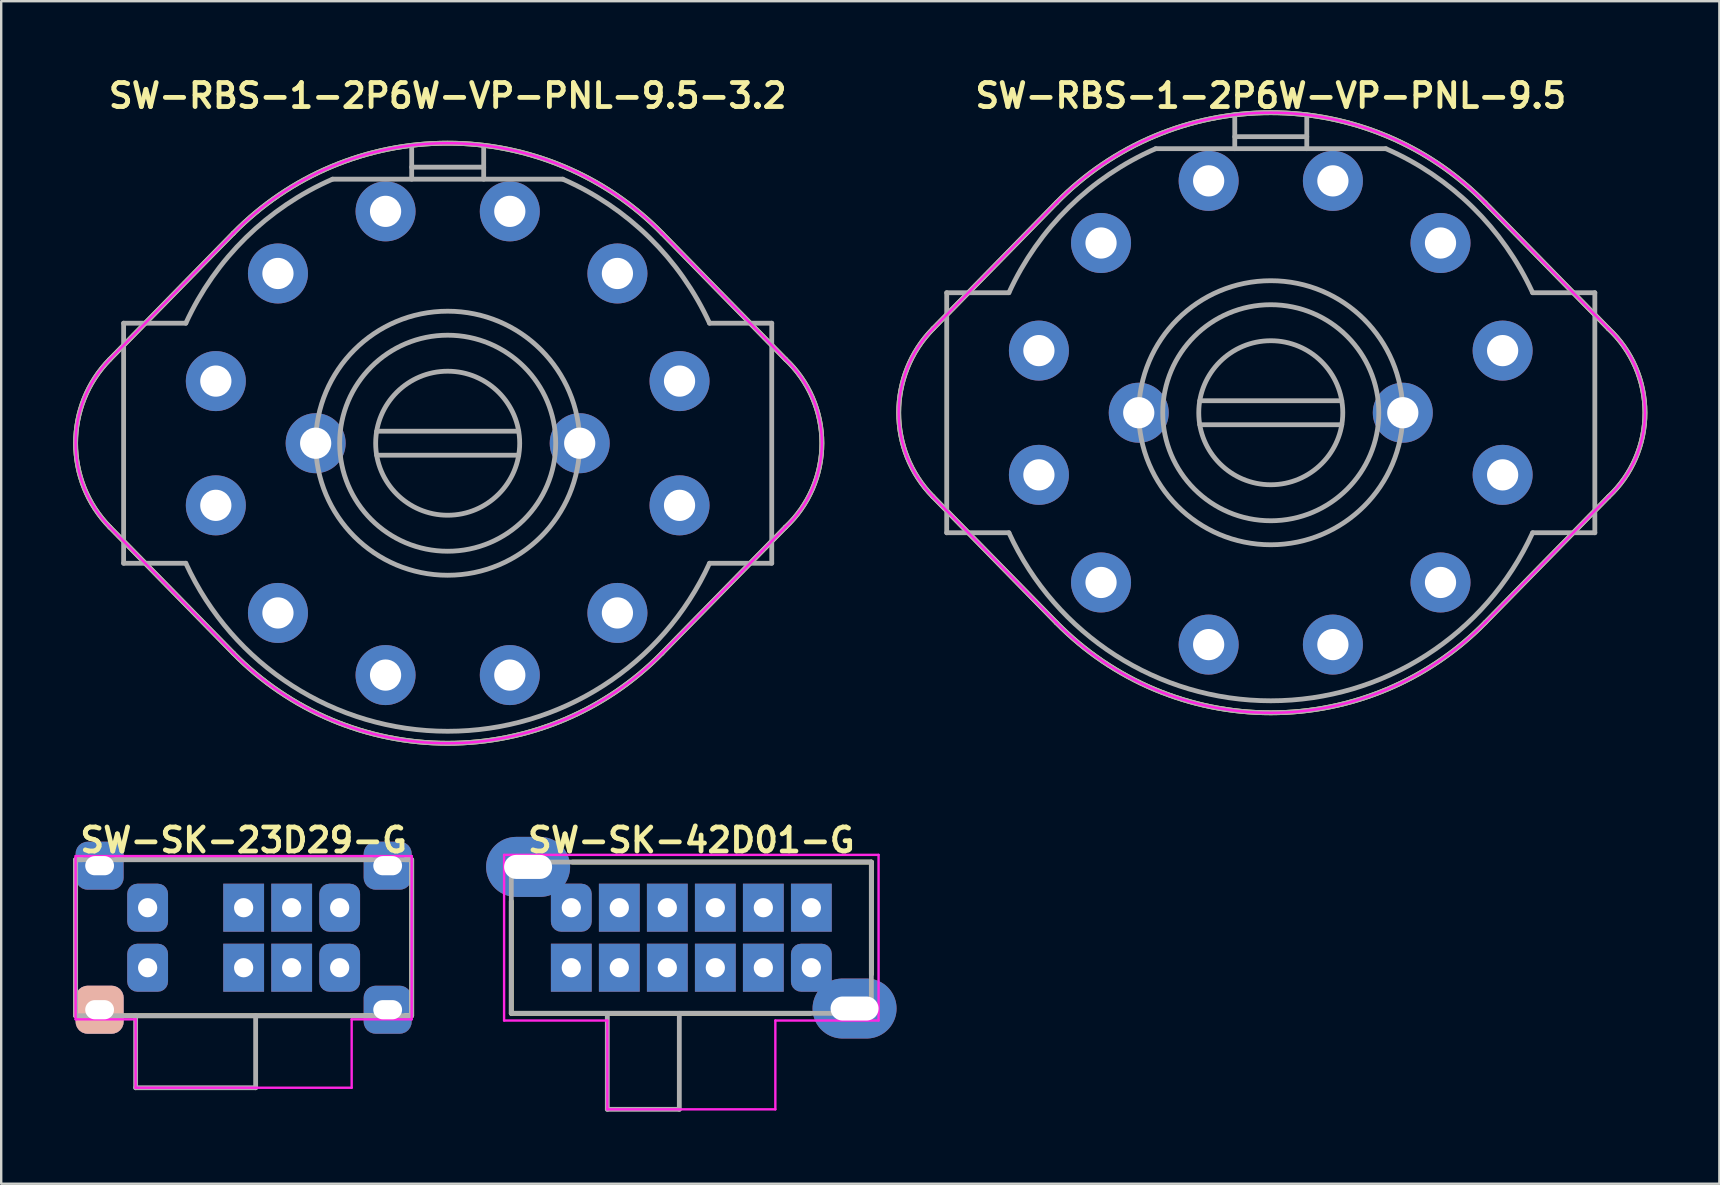
<source format=kicad_pcb>
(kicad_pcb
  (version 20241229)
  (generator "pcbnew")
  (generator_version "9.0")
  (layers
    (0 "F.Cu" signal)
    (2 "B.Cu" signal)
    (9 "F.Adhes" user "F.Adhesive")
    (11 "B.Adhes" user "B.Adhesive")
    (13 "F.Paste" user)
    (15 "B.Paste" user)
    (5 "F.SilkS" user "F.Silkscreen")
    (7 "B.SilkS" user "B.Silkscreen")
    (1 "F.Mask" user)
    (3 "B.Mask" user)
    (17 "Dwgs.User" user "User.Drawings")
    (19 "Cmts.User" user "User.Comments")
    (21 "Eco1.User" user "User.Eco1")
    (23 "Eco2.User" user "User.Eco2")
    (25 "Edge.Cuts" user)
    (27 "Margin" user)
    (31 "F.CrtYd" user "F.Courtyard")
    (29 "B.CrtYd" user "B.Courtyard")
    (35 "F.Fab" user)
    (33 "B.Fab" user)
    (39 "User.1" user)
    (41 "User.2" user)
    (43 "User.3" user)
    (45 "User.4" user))
  (footprint "SW-RBS-1-2P6W-VP-PNL-9.5"
    (layer "F.Cu")
    (at 49.889 14.144)
    (property "Reference" "SW-RBS-1-2P6W-VP-PNL-9.5" (at 0 -13.208 0) (layer "F.SilkS") (effects (font (size 1 1) (thickness 0.2))))
    (attr through_hole)
    (fp_line (start -14.071 -3.499) (end -8.929 -8.748) (stroke (width 0.2) (type solid)) (layer "F.SilkS"))
    (fp_line (start -14.071 3.499) (end -8.929 8.748) (stroke (width 0.2) (type solid)) (layer "F.SilkS"))
    (fp_line (start 8.929 -8.748) (end 14.071 -3.499) (stroke (width 0.2) (type solid)) (layer "F.SilkS"))
    (fp_line (start 8.929 8.748) (end 14.071 3.499) (stroke (width 0.2) (type solid)) (layer "F.SilkS"))
    (fp_arc (start -14.073297 3.497362) (mid -15.499999 -0.001335) (end -14.071428 -3.49927) (stroke (width 0.2) (type solid)) (layer "F.SilkS"))
    (fp_arc (start -8.933244 -8.743404) (mid -0.00334 -12.499998) (end 8.92857 -8.748177) (stroke (width 0.2) (type solid)) (layer "F.SilkS"))
    (fp_arc (start 8.933244 8.743404) (mid 0.00334 12.499998) (end -8.92857 8.748177) (stroke (width 0.2) (type solid)) (layer "F.SilkS"))
    (fp_arc (start 14.069435 -3.501135) (mid 15.588732 -0.001365) (end 14.071428 3.49927) (stroke (width 0.2) (type solid)) (layer "F.SilkS"))
    (fp_circle (center 0 0) (end 4.75 0) (stroke (width 0.4) (type solid)) (fill no) (layer "Eco1.User"))
    (fp_line (start -14.071 -3.499) (end -8.929 -8.748) (stroke (width 0.1) (type solid)) (layer "F.CrtYd"))
    (fp_line (start -14.071 3.499) (end -8.929 8.748) (stroke (width 0.1) (type solid)) (layer "F.CrtYd"))
    (fp_line (start 8.929 -8.748) (end 14.071 -3.499) (stroke (width 0.1) (type solid)) (layer "F.CrtYd"))
    (fp_line (start 8.929 8.748) (end 14.071 3.499) (stroke (width 0.1) (type solid)) (layer "F.CrtYd"))
    (fp_arc (start -14.073297 3.497362) (mid -15.499999 -0.001335) (end -14.071428 -3.49927) (stroke (width 0.1) (type solid)) (layer "F.CrtYd"))
    (fp_arc (start -8.933244 -8.743404) (mid -0.00334 -12.499998) (end 8.92857 -8.748177) (stroke (width 0.1) (type solid)) (layer "F.CrtYd"))
    (fp_arc (start 8.933244 8.743404) (mid 0.00334 12.499998) (end -8.92857 8.748177) (stroke (width 0.1) (type solid)) (layer "F.CrtYd"))
    (fp_arc (start 14.069435 -3.501135) (mid 15.588732 -0.001365) (end 14.071428 3.49927) (stroke (width 0.1) (type solid)) (layer "F.CrtYd"))
    (fp_line (start -14.071 -3.499) (end -8.929 -8.748) (stroke (width 0.2) (type solid)) (layer "F.Fab"))
    (fp_line (start -14.071 3.499) (end -8.929 8.748) (stroke (width 0.2) (type solid)) (layer "F.Fab"))
    (fp_line (start -13.5 -5) (end -13.5 5) (stroke (width 0.2) (type solid)) (layer "F.Fab"))
    (fp_line (start -13.5 -5) (end -10.909 -5) (stroke (width 0.2) (type solid)) (layer "F.Fab"))
    (fp_line (start -13.5 5) (end -10.909 5) (stroke (width 0.2) (type solid)) (layer "F.Fab"))
    (fp_line (start -4.796 -11) (end 4.796 -11) (stroke (width 0.2) (type solid)) (layer "F.Fab"))
    (fp_line (start -2.958 -0.5) (end 2.958 -0.5) (stroke (width 0.2) (type solid)) (layer "F.Fab"))
    (fp_line (start -2.958 0.5) (end 2.958 0.5) (stroke (width 0.2) (type solid)) (layer "F.Fab"))
    (fp_line (start -1.5 -12.41) (end -1.5 -11) (stroke (width 0.2) (type solid)) (layer "F.Fab"))
    (fp_line (start -1.5 -11.5) (end 1.5 -11.5) (stroke (width 0.2) (type solid)) (layer "F.Fab"))
    (fp_line (start 1.5 -12.41) (end 1.5 -11) (stroke (width 0.2) (type solid)) (layer "F.Fab"))
    (fp_line (start 8.929 -8.748) (end 14.071 -3.499) (stroke (width 0.2) (type solid)) (layer "F.Fab"))
    (fp_line (start 8.929 8.748) (end 14.071 3.499) (stroke (width 0.2) (type solid)) (layer "F.Fab"))
    (fp_line (start 10.909 -5) (end 13.5 -5) (stroke (width 0.2) (type solid)) (layer "F.Fab"))
    (fp_line (start 10.909 5) (end 13.5 5) (stroke (width 0.2) (type solid)) (layer "F.Fab"))
    (fp_line (start 13.5 -5) (end 13.5 5) (stroke (width 0.2) (type solid)) (layer "F.Fab"))
    (fp_arc (start -14.073297 3.497362) (mid -15.499999 -0.001335) (end -14.071428 -3.49927) (stroke (width 0.2) (type solid)) (layer "F.Fab"))
    (fp_arc (start -10.908711 -5) (mid -8.405841 -8.563984) (end -4.795831 -10.999999) (stroke (width 0.2) (type solid)) (layer "F.Fab"))
    (fp_arc (start -8.933244 -8.743404) (mid -0.00334 -12.499998) (end 8.92857 -8.748177) (stroke (width 0.2) (type solid)) (layer "F.Fab"))
    (fp_arc (start 4.795832 -10.999998) (mid 8.405841 -8.563983) (end 10.908711 -4.999999) (stroke (width 0.2) (type solid)) (layer "F.Fab"))
    (fp_arc (start 8.933244 8.743404) (mid 0.00334 12.499998) (end -8.92857 8.748177) (stroke (width 0.2) (type solid)) (layer "F.Fab"))
    (fp_arc (start 10.908711 5) (mid 0 11.999999) (end -10.908711 4.999999) (stroke (width 0.2) (type solid)) (layer "F.Fab"))
    (fp_arc (start 14.069435 -3.501135) (mid 15.588732 -0.001365) (end 14.071428 3.49927) (stroke (width 0.2) (type solid)) (layer "F.Fab"))
    (fp_circle (center 0 0) (end 3 0) (stroke (width 0.2) (type solid)) (fill no) (layer "F.Fab"))
    (fp_circle (center 0 0) (end 4.5 0) (stroke (width 0.2) (type solid)) (fill no) (layer "F.Fab"))
    (fp_circle (center 0 0) (end 5.5 0) (stroke (width 0.2) (type solid)) (fill no) (layer "F.Fab"))
    (pad "1-1" thru_hole circle (at -2.588 9.659) (size 2.5 2.5) (drill 1.3) (layers "B.Cu" "B.Mask"))
    (pad "1-2" thru_hole circle (at -7.071 7.071) (size 2.5 2.5) (drill 1.3) (layers "B.Cu" "B.Mask"))
    (pad "1-3" thru_hole circle (at -9.659 2.588) (size 2.5 2.5) (drill 1.3) (layers "B.Cu" "B.Mask"))
    (pad "1-4" thru_hole circle (at -9.659 -2.588) (size 2.5 2.5) (drill 1.3) (layers "B.Cu" "B.Mask"))
    (pad "1-5" thru_hole circle (at -7.071 -7.071) (size 2.5 2.5) (drill 1.3) (layers "B.Cu" "B.Mask"))
    (pad "1-6" thru_hole circle (at -2.588 -9.659) (size 2.5 2.5) (drill 1.3) (layers "B.Cu" "B.Mask"))
    (pad "2-1" thru_hole circle (at 2.588 -9.659) (size 2.5 2.5) (drill 1.3) (layers "B.Cu" "B.Mask"))
    (pad "2-2" thru_hole circle (at 7.071 -7.071) (size 2.5 2.5) (drill 1.3) (layers "B.Cu" "B.Mask"))
    (pad "2-3" thru_hole circle (at 9.659 -2.588) (size 2.5 2.5) (drill 1.3) (layers "B.Cu" "B.Mask"))
    (pad "2-4" thru_hole circle (at 9.659 2.588) (size 2.5 2.5) (drill 1.3) (layers "B.Cu" "B.Mask"))
    (pad "2-5" thru_hole circle (at 7.071 7.071) (size 2.5 2.5) (drill 1.3) (layers "B.Cu" "B.Mask"))
    (pad "2-6" thru_hole circle (at 2.588 9.659) (size 2.5 2.5) (drill 1.3) (layers "B.Cu" "B.Mask"))
    (pad "COM1" thru_hole circle (at -5.5 0) (size 2.5 2.5) (drill 1.3) (layers "B.Cu" "B.Mask"))
    (pad "COM2" thru_hole circle (at 5.5 0) (size 2.5 2.5) (drill 1.3) (layers "B.Cu" "B.Mask")))
  (footprint "SW-RBS-1-2P6W-VP-PNL-9.5-3.2"
    (layer "F.Cu")
    (at 15.6 15.414)
    (property "Reference" "SW-RBS-1-2P6W-VP-PNL-9.5-3.2" (at 0 -14.478 0) (layer "F.SilkS") (effects (font (size 1 1) (thickness 0.2))))
    (attr through_hole)
    (fp_line (start -14.071 -3.499) (end -8.929 -8.748) (stroke (width 0.2) (type solid)) (layer "F.SilkS"))
    (fp_line (start -14.071 3.499) (end -8.929 8.748) (stroke (width 0.2) (type solid)) (layer "F.SilkS"))
    (fp_line (start 8.929 -8.748) (end 14.071 -3.499) (stroke (width 0.2) (type solid)) (layer "F.SilkS"))
    (fp_line (start 8.929 8.748) (end 14.071 3.499) (stroke (width 0.2) (type solid)) (layer "F.SilkS"))
    (fp_arc (start -14.073297 3.497362) (mid -15.499999 -0.001335) (end -14.071428 -3.49927) (stroke (width 0.2) (type solid)) (layer "F.SilkS"))
    (fp_arc (start -8.933244 -8.743404) (mid -0.00334 -12.499998) (end 8.92857 -8.748177) (stroke (width 0.2) (type solid)) (layer "F.SilkS"))
    (fp_arc (start 8.933244 8.743404) (mid 0.00334 12.499998) (end -8.92857 8.748177) (stroke (width 0.2) (type solid)) (layer "F.SilkS"))
    (fp_arc (start 14.069435 -3.501135) (mid 15.588732 -0.001365) (end 14.071428 3.49927) (stroke (width 0.2) (type solid)) (layer "F.SilkS"))
    (fp_circle (center 0 -12) (end 1.6 -12) (stroke (width 0.4) (type solid)) (fill no) (layer "Eco1.User"))
    (fp_circle (center 0 0) (end 4.75 0) (stroke (width 0.4) (type solid)) (fill no) (layer "Eco1.User"))
    (fp_line (start -14.071 -3.499) (end -8.929 -8.748) (stroke (width 0.1) (type solid)) (layer "F.CrtYd"))
    (fp_line (start -14.071 3.499) (end -8.929 8.748) (stroke (width 0.1) (type solid)) (layer "F.CrtYd"))
    (fp_line (start 8.929 -8.748) (end 14.071 -3.499) (stroke (width 0.1) (type solid)) (layer "F.CrtYd"))
    (fp_line (start 8.929 8.748) (end 14.071 3.499) (stroke (width 0.1) (type solid)) (layer "F.CrtYd"))
    (fp_arc (start -14.073297 3.497362) (mid -15.499999 -0.001335) (end -14.071428 -3.49927) (stroke (width 0.1) (type solid)) (layer "F.CrtYd"))
    (fp_arc (start -8.933244 -8.743404) (mid -0.00334 -12.499998) (end 8.92857 -8.748177) (stroke (width 0.1) (type solid)) (layer "F.CrtYd"))
    (fp_arc (start 8.933244 8.743404) (mid 0.00334 12.499998) (end -8.92857 8.748177) (stroke (width 0.1) (type solid)) (layer "F.CrtYd"))
    (fp_arc (start 14.069435 -3.501135) (mid 15.588732 -0.001365) (end 14.071428 3.49927) (stroke (width 0.1) (type solid)) (layer "F.CrtYd"))
    (fp_line (start -14.071 -3.499) (end -8.929 -8.748) (stroke (width 0.2) (type solid)) (layer "F.Fab"))
    (fp_line (start -14.071 3.499) (end -8.929 8.748) (stroke (width 0.2) (type solid)) (layer "F.Fab"))
    (fp_line (start -13.5 -5) (end -13.5 5) (stroke (width 0.2) (type solid)) (layer "F.Fab"))
    (fp_line (start -13.5 -5) (end -10.909 -5) (stroke (width 0.2) (type solid)) (layer "F.Fab"))
    (fp_line (start -13.5 5) (end -10.909 5) (stroke (width 0.2) (type solid)) (layer "F.Fab"))
    (fp_line (start -4.796 -11) (end 4.796 -11) (stroke (width 0.2) (type solid)) (layer "F.Fab"))
    (fp_line (start -2.958 -0.5) (end 2.958 -0.5) (stroke (width 0.2) (type solid)) (layer "F.Fab"))
    (fp_line (start -2.958 0.5) (end 2.958 0.5) (stroke (width 0.2) (type solid)) (layer "F.Fab"))
    (fp_line (start -1.5 -12.41) (end -1.5 -11) (stroke (width 0.2) (type solid)) (layer "F.Fab"))
    (fp_line (start -1.5 -11.5) (end 1.5 -11.5) (stroke (width 0.2) (type solid)) (layer "F.Fab"))
    (fp_line (start 1.5 -12.41) (end 1.5 -11) (stroke (width 0.2) (type solid)) (layer "F.Fab"))
    (fp_line (start 8.929 -8.748) (end 14.071 -3.499) (stroke (width 0.2) (type solid)) (layer "F.Fab"))
    (fp_line (start 8.929 8.748) (end 14.071 3.499) (stroke (width 0.2) (type solid)) (layer "F.Fab"))
    (fp_line (start 10.909 -5) (end 13.5 -5) (stroke (width 0.2) (type solid)) (layer "F.Fab"))
    (fp_line (start 10.909 5) (end 13.5 5) (stroke (width 0.2) (type solid)) (layer "F.Fab"))
    (fp_line (start 13.5 -5) (end 13.5 5) (stroke (width 0.2) (type solid)) (layer "F.Fab"))
    (fp_arc (start -14.073297 3.497362) (mid -15.499999 -0.001335) (end -14.071428 -3.49927) (stroke (width 0.2) (type solid)) (layer "F.Fab"))
    (fp_arc (start -10.908711 -5) (mid -8.405841 -8.563984) (end -4.795831 -10.999999) (stroke (width 0.2) (type solid)) (layer "F.Fab"))
    (fp_arc (start -8.933244 -8.743404) (mid -0.00334 -12.499998) (end 8.92857 -8.748177) (stroke (width 0.2) (type solid)) (layer "F.Fab"))
    (fp_arc (start 4.795832 -10.999998) (mid 8.405841 -8.563983) (end 10.908711 -4.999999) (stroke (width 0.2) (type solid)) (layer "F.Fab"))
    (fp_arc (start 8.933244 8.743404) (mid 0.00334 12.499998) (end -8.92857 8.748177) (stroke (width 0.2) (type solid)) (layer "F.Fab"))
    (fp_arc (start 10.908711 5) (mid 0 11.999999) (end -10.908711 4.999999) (stroke (width 0.2) (type solid)) (layer "F.Fab"))
    (fp_arc (start 14.069435 -3.501135) (mid 15.588732 -0.001365) (end 14.071428 3.49927) (stroke (width 0.2) (type solid)) (layer "F.Fab"))
    (fp_circle (center 0 0) (end 3 0) (stroke (width 0.2) (type solid)) (fill no) (layer "F.Fab"))
    (fp_circle (center 0 0) (end 4.5 0) (stroke (width 0.2) (type solid)) (fill no) (layer "F.Fab"))
    (fp_circle (center 0 0) (end 5.5 0) (stroke (width 0.2) (type solid)) (fill no) (layer "F.Fab"))
    (pad "1-1" thru_hole circle (at -2.588 9.659) (size 2.5 2.5) (drill 1.3) (layers "B.Cu" "B.Mask"))
    (pad "1-2" thru_hole circle (at -7.071 7.071) (size 2.5 2.5) (drill 1.3) (layers "B.Cu" "B.Mask"))
    (pad "1-3" thru_hole circle (at -9.659 2.588) (size 2.5 2.5) (drill 1.3) (layers "B.Cu" "B.Mask"))
    (pad "1-4" thru_hole circle (at -9.659 -2.588) (size 2.5 2.5) (drill 1.3) (layers "B.Cu" "B.Mask"))
    (pad "1-5" thru_hole circle (at -7.071 -7.071) (size 2.5 2.5) (drill 1.3) (layers "B.Cu" "B.Mask"))
    (pad "1-6" thru_hole circle (at -2.588 -9.659) (size 2.5 2.5) (drill 1.3) (layers "B.Cu" "B.Mask"))
    (pad "2-1" thru_hole circle (at 2.588 -9.659) (size 2.5 2.5) (drill 1.3) (layers "B.Cu" "B.Mask"))
    (pad "2-2" thru_hole circle (at 7.071 -7.071) (size 2.5 2.5) (drill 1.3) (layers "B.Cu" "B.Mask"))
    (pad "2-3" thru_hole circle (at 9.659 -2.588) (size 2.5 2.5) (drill 1.3) (layers "B.Cu" "B.Mask"))
    (pad "2-4" thru_hole circle (at 9.659 2.588) (size 2.5 2.5) (drill 1.3) (layers "B.Cu" "B.Mask"))
    (pad "2-5" thru_hole circle (at 7.071 7.071) (size 2.5 2.5) (drill 1.3) (layers "B.Cu" "B.Mask"))
    (pad "2-6" thru_hole circle (at 2.588 9.659) (size 2.5 2.5) (drill 1.3) (layers "B.Cu" "B.Mask"))
    (pad "COM1" thru_hole circle (at -5.5 0) (size 2.5 2.5) (drill 1.3) (layers "B.Cu" "B.Mask"))
    (pad "COM2" thru_hole circle (at 5.5 0) (size 2.5 2.5) (drill 1.3) (layers "B.Cu" "B.Mask")))
  (footprint "SW-SK-23D29-G"
    (layer "F.Cu")
    (at 7.1 36.014)
    (property "Reference" "SW-SK-23D29-G" (at 0 -4.064 0) (layer "F.SilkS") (effects (font (size 1 1) (thickness 0.2))))
    (attr through_hole)
    (fp_line (start -7 -3.25) (end -7 3.25) (stroke (width 0.2) (type solid)) (layer "F.SilkS"))
    (fp_line (start -6.985 -3.25) (end -6.731 -3.25) (stroke (width 0.2) (type solid)) (layer "F.SilkS"))
    (fp_line (start -6.985 3.25) (end -6.731 3.25) (stroke (width 0.2) (type solid)) (layer "F.SilkS"))
    (fp_line (start -5.334 -3.25) (end 5.334 -3.25) (stroke (width 0.2) (type solid)) (layer "F.SilkS"))
    (fp_line (start -5.334 3.25) (end 5.334 3.25) (stroke (width 0.2) (type solid)) (layer "F.SilkS"))
    (fp_line (start 6.731 -3.25) (end 6.985 -3.25) (stroke (width 0.2) (type solid)) (layer "F.SilkS"))
    (fp_line (start 6.731 3.25) (end 6.985 3.25) (stroke (width 0.2) (type solid)) (layer "F.SilkS"))
    (fp_line (start 7 -3.25) (end 7 3.25) (stroke (width 0.2) (type solid)) (layer "F.SilkS"))
    (fp_line (start -7 -3.4) (end -7 3.4) (stroke (width 0.1) (type solid)) (layer "F.CrtYd"))
    (fp_line (start -7 -3.4) (end 7 -3.4) (stroke (width 0.1) (type solid)) (layer "F.CrtYd"))
    (fp_line (start -7 3.4) (end -4.5 3.4) (stroke (width 0.1) (type solid)) (layer "F.CrtYd"))
    (fp_line (start -4.5 3.4) (end -4.5 6.25) (stroke (width 0.1) (type solid)) (layer "F.CrtYd"))
    (fp_line (start -4.5 6.25) (end 4.5 6.25) (stroke (width 0.1) (type solid)) (layer "F.CrtYd"))
    (fp_line (start 4.5 3.4) (end 4.5 6.25) (stroke (width 0.1) (type solid)) (layer "F.CrtYd"))
    (fp_line (start 4.5 3.4) (end 7 3.4) (stroke (width 0.1) (type solid)) (layer "F.CrtYd"))
    (fp_line (start 7 -3.4) (end 7 3.4) (stroke (width 0.1) (type solid)) (layer "F.CrtYd"))
    (fp_line (start -7 -3.25) (end -7 3.25) (stroke (width 0.2) (type solid)) (layer "F.Fab"))
    (fp_line (start -7 -3.25) (end 7 -3.25) (stroke (width 0.2) (type solid)) (layer "F.Fab"))
    (fp_line (start -7 3.25) (end 7 3.25) (stroke (width 0.2) (type solid)) (layer "F.Fab"))
    (fp_line (start -4.5 3.25) (end -4.5 6.25) (stroke (width 0.2) (type solid)) (layer "F.Fab"))
    (fp_line (start -4.5 6.25) (end 0.5 6.25) (stroke (width 0.2) (type solid)) (layer "F.Fab"))
    (fp_line (start 0.5 3.25) (end 0.5 6.25) (stroke (width 0.2) (type solid)) (layer "F.Fab"))
    (fp_line (start 7 -3.25) (end 7 3.25) (stroke (width 0.2) (type solid)) (layer "F.Fab"))
    (pad "0" thru_hole roundrect (at -6 -3) (size 2 2) (drill oval 1.2 0.8) (layers "B.Cu" "B.Mask") (roundrect_rratio 0.25))
    (pad "0" thru_hole roundrect (at -6 3) (size 2 2) (drill oval 1.2 0.8) (layers "B.Cu" "B.SilkS") (roundrect_rratio 0.25))
    (pad "0" thru_hole roundrect (at 6 -3) (size 2 2) (drill oval 1.2 0.8) (layers "B.Cu" "B.Mask") (roundrect_rratio 0.25))
    (pad "0" thru_hole roundrect (at 6 3) (size 2 2) (drill oval 1.2 0.8) (layers "B.Cu" "B.Mask") (roundrect_rratio 0.25))
    (pad "1" thru_hole roundrect (at -4 -1.25) (size 1.7 2) (drill 0.8) (layers "B.Cu" "B.Mask") (roundrect_rratio 0.25))
    (pad "2" thru_hole rect (at 0 -1.25) (size 1.7 2) (drill 0.8) (layers "B.Cu" "B.Mask"))
    (pad "3" thru_hole rect (at 2 -1.25) (size 1.7 2) (drill 0.8) (layers "B.Cu" "B.Mask"))
    (pad "4" thru_hole roundrect (at 4 -1.25) (size 1.7 2) (drill 0.8) (layers "B.Cu" "B.Mask") (roundrect_rratio 0.25))
    (pad "5" thru_hole roundrect (at -4 1.25) (size 1.7 2) (drill 0.8) (layers "B.Cu" "B.Mask") (roundrect_rratio 0.25))
    (pad "6" thru_hole rect (at 0 1.25) (size 1.7 2) (drill 0.8) (layers "B.Cu" "B.Mask"))
    (pad "7" thru_hole rect (at 2 1.25) (size 1.7 2) (drill 0.8) (layers "B.Cu" "B.Mask"))
    (pad "8" thru_hole roundrect (at 4 1.25) (size 1.7 2) (drill 0.8) (layers "B.Cu" "B.Mask") (roundrect_rratio 0.25)))
  (footprint "SW-SK-42D01-G"
    (layer "F.Cu")
    (at 25.75 36.014)
    (property "Reference" "SW-SK-42D01-G" (at 0 -4.064 0) (layer "F.SilkS") (effects (font (size 1 1) (thickness 0.2))))
    (attr through_hole)
    (fp_line (start -7.5 -1.524) (end -7.5 3.15) (stroke (width 0.2) (type solid)) (layer "F.SilkS"))
    (fp_line (start -7.5 3.15) (end 4.953 3.15) (stroke (width 0.2) (type solid)) (layer "F.SilkS"))
    (fp_line (start -4.953 -3.15) (end 7.5 -3.15) (stroke (width 0.2) (type solid)) (layer "F.SilkS"))
    (fp_line (start 7.5 -3.15) (end 7.5 1.524) (stroke (width 0.2) (type solid)) (layer "F.SilkS"))
    (fp_line (start -7.8 -3.45) (end -7.8 3.45) (stroke (width 0.1) (type solid)) (layer "F.CrtYd"))
    (fp_line (start -7.8 -3.45) (end 7.8 -3.45) (stroke (width 0.1) (type solid)) (layer "F.CrtYd"))
    (fp_line (start -7.8 3.45) (end -3.5 3.45) (stroke (width 0.1) (type solid)) (layer "F.CrtYd"))
    (fp_line (start -3.5 3.45) (end -3.5 7.15) (stroke (width 0.1) (type solid)) (layer "F.CrtYd"))
    (fp_line (start -3.5 7.15) (end 3.5 7.15) (stroke (width 0.1) (type solid)) (layer "F.CrtYd"))
    (fp_line (start 3.5 3.45) (end 7.8 3.45) (stroke (width 0.1) (type solid)) (layer "F.CrtYd"))
    (fp_line (start 3.5 7.15) (end 3.5 3.45) (stroke (width 0.1) (type solid)) (layer "F.CrtYd"))
    (fp_line (start 7.8 3.45) (end 7.8 -3.45) (stroke (width 0.1) (type solid)) (layer "F.CrtYd"))
    (fp_line (start -7.5 -3.15) (end -7.5 3.15) (stroke (width 0.2) (type solid)) (layer "F.Fab"))
    (fp_line (start -7.5 -3.15) (end 7.5 -3.15) (stroke (width 0.2) (type solid)) (layer "F.Fab"))
    (fp_line (start -7.5 3.15) (end 7.5 3.15) (stroke (width 0.2) (type solid)) (layer "F.Fab"))
    (fp_line (start -3.5 3.15) (end -3.5 7.15) (stroke (width 0.2) (type solid)) (layer "F.Fab"))
    (fp_line (start -3.5 7.15) (end -0.5 7.15) (stroke (width 0.2) (type solid)) (layer "F.Fab"))
    (fp_line (start -0.5 3.15) (end -0.5 7.15) (stroke (width 0.2) (type solid)) (layer "F.Fab"))
    (fp_line (start 7.5 -3.15) (end 7.5 3.15) (stroke (width 0.2) (type solid)) (layer "F.Fab"))
    (pad "0" thru_hole oval (at -6.8 -2.95) (size 3.5 2.5) (drill oval 2 1) (layers "F.Cu" "F.Mask"))
    (pad "0" thru_hole oval (at 6.8 2.95) (size 3.5 2.5) (drill oval 2 1) (layers "F.Cu" "F.Mask"))
    (pad "1" thru_hole roundrect (at -5 -1.25) (size 1.7 2) (drill 0.8) (layers "B.Cu" "B.Mask") (roundrect_rratio 0.25))
    (pad "2" thru_hole rect (at -3 -1.25) (size 1.7 2) (drill 0.8) (layers "B.Cu" "B.Mask"))
    (pad "3" thru_hole rect (at -1 -1.25) (size 1.7 2) (drill 0.8) (layers "B.Cu" "B.Mask"))
    (pad "4" thru_hole rect (at 1 -1.25) (size 1.7 2) (drill 0.8) (layers "B.Cu" "B.Mask"))
    (pad "5" thru_hole rect (at 3 -1.25) (size 1.7 2) (drill 0.8) (layers "B.Cu" "B.Mask"))
    (pad "6" thru_hole rect (at 5 -1.25) (size 1.7 2) (drill 0.8) (layers "B.Cu" "B.Mask"))
    (pad "7" thru_hole rect (at -5 1.25) (size 1.7 2) (drill 0.8) (layers "B.Cu" "B.Mask"))
    (pad "8" thru_hole rect (at -3 1.25) (size 1.7 2) (drill 0.8) (layers "B.Cu" "B.Mask"))
    (pad "9" thru_hole rect (at -1 1.25) (size 1.7 2) (drill 0.8) (layers "B.Cu" "B.Mask"))
    (pad "10" thru_hole rect (at 1 1.25) (size 1.7 2) (drill 0.8) (layers "B.Cu" "B.Mask"))
    (pad "11" thru_hole rect (at 3 1.25) (size 1.7 2) (drill 0.8) (layers "B.Cu" "B.Mask"))
    (pad "12" thru_hole roundrect (at 5 1.25) (size 1.7 2) (drill 0.8) (layers "B.Cu" "B.Mask") (roundrect_rratio 0.25)))
  (gr_rect
    (start -3 -3)
    (end 68.577 46.264)
    (stroke (width 0.1) (type default))
    (fill no)
    (layer "Edge.Cuts")))
</source>
